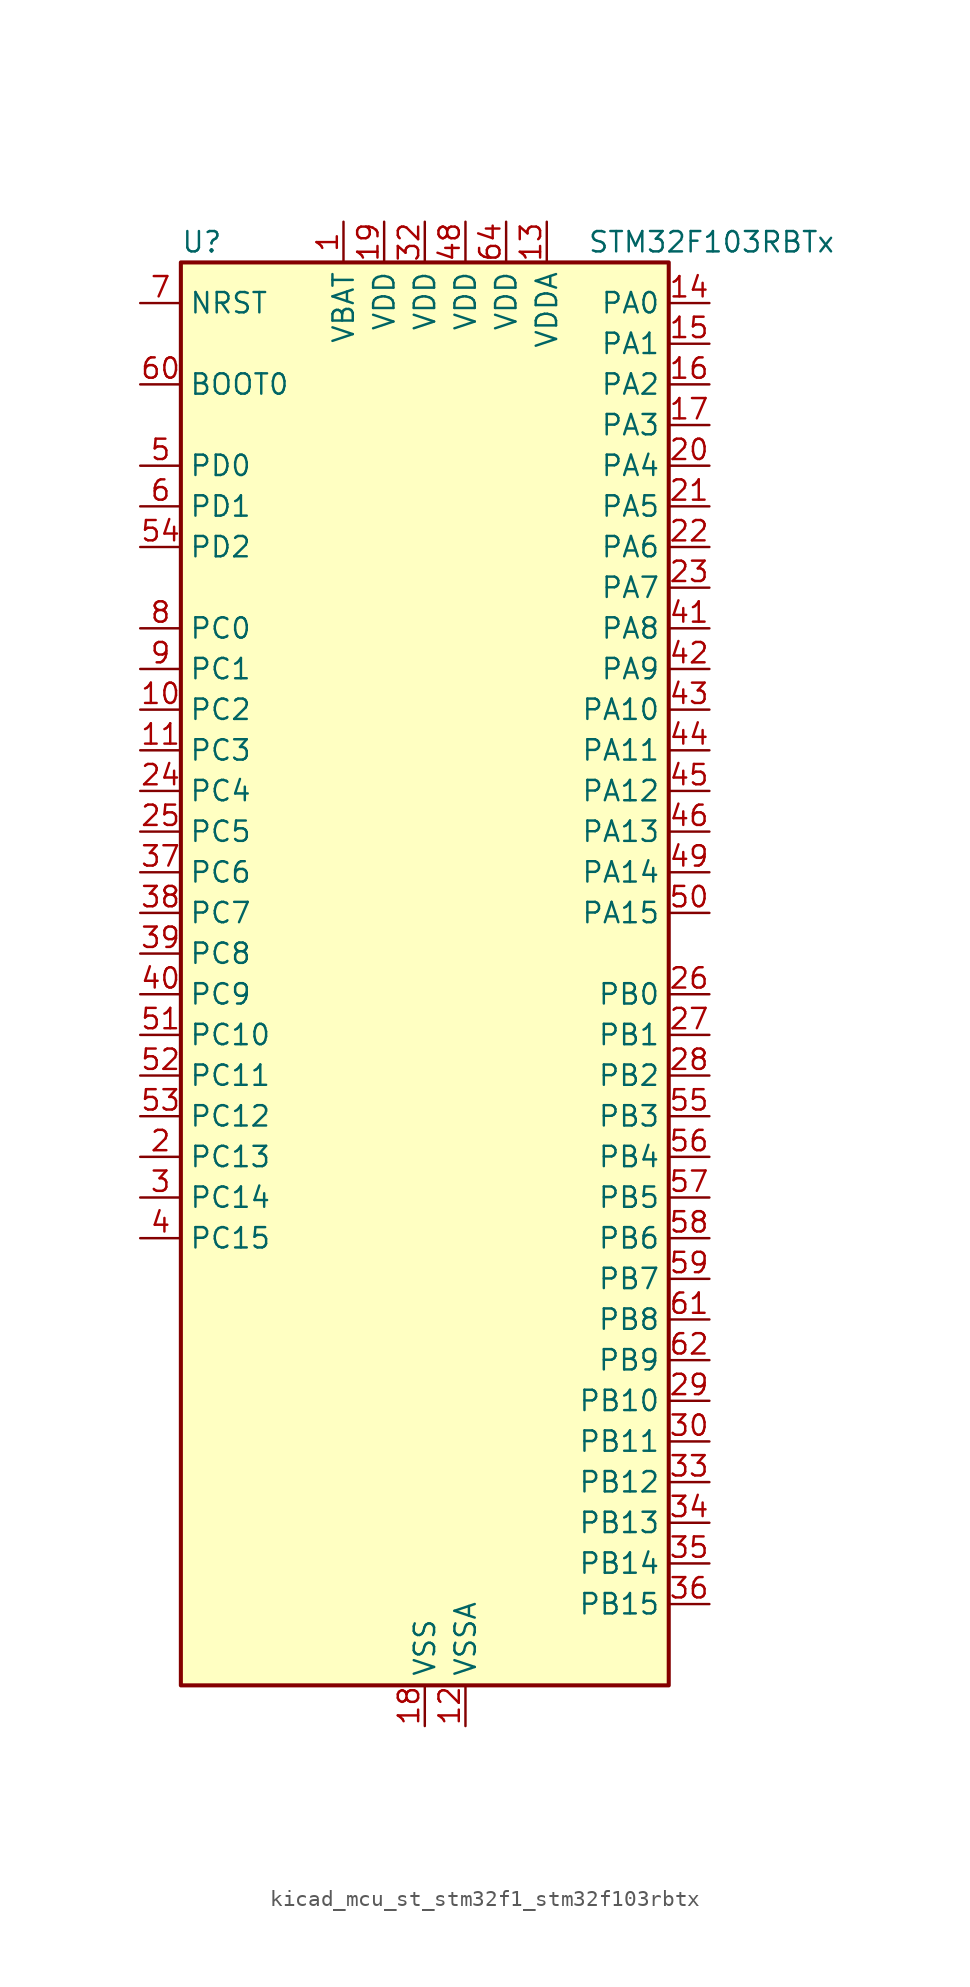
<source format=kicad_sym>
(kicad_symbol_lib
  (version 20220914)
  (generator kicad_symbol_editor)
  (symbol "kicad_mcu_st_stm32f1_stm32f103rbtx"
    (property "Reference" "U"
      (at -15.24 46.99 0)
      (effects (font (size 1.27 1.27)) (justify left)))
    (property "Value" "STM32F103RBTx"
      (at 10.16 46.99 0)
      (effects (font (size 1.27 1.27)) (justify left)))
    (property "ki_locked" ""
      (at 0 0 0)
      (effects (font (size 1.27 1.27))))
    (symbol "kicad_mcu_st_stm32f1_stm32f103rbtx_0_1"
      (rectangle (start -15.24 -43.18) (end 15.24 45.72) (stroke (width 0.254) (type default)) (fill (type background))))
    (symbol "kicad_mcu_st_stm32f1_stm32f103rbtx_1_1"
      (pin power_in line (at -5.08 48.26 270) (length 2.54) (name "VBAT" (effects (font (size 1.27 1.27)))) (number "1" (effects (font (size 1.27 1.27)))))
      (pin bidirectional line (at -17.78 17.78 0) (length 2.54) (name "PC2" (effects (font (size 1.27 1.27)))) (number "10" (effects (font (size 1.27 1.27)))) (alternate "ADC1_IN12" bidirectional line) (alternate "ADC2_IN12" bidirectional line))
      (pin bidirectional line (at -17.78 15.24 0) (length 2.54) (name "PC3" (effects (font (size 1.27 1.27)))) (number "11" (effects (font (size 1.27 1.27)))) (alternate "ADC1_IN13" bidirectional line) (alternate "ADC2_IN13" bidirectional line))
      (pin power_in line (at 2.54 -45.72 90) (length 2.54) (name "VSSA" (effects (font (size 1.27 1.27)))) (number "12" (effects (font (size 1.27 1.27)))))
      (pin power_in line (at 7.62 48.26 270) (length 2.54) (name "VDDA" (effects (font (size 1.27 1.27)))) (number "13" (effects (font (size 1.27 1.27)))))
      (pin bidirectional line (at 17.78 43.18 180) (length 2.54) (name "PA0" (effects (font (size 1.27 1.27)))) (number "14" (effects (font (size 1.27 1.27)))) (alternate "ADC1_IN0" bidirectional line) (alternate "ADC2_IN0" bidirectional line) (alternate "SYS_WKUP" bidirectional line) (alternate "TIM2_CH1" bidirectional line) (alternate "TIM2_ETR" bidirectional line) (alternate "USART2_CTS" bidirectional line))
      (pin bidirectional line (at 17.78 40.64 180) (length 2.54) (name "PA1" (effects (font (size 1.27 1.27)))) (number "15" (effects (font (size 1.27 1.27)))) (alternate "ADC1_IN1" bidirectional line) (alternate "ADC2_IN1" bidirectional line) (alternate "TIM2_CH2" bidirectional line) (alternate "USART2_RTS" bidirectional line))
      (pin bidirectional line (at 17.78 38.1 180) (length 2.54) (name "PA2" (effects (font (size 1.27 1.27)))) (number "16" (effects (font (size 1.27 1.27)))) (alternate "ADC1_IN2" bidirectional line) (alternate "ADC2_IN2" bidirectional line) (alternate "TIM2_CH3" bidirectional line) (alternate "USART2_TX" bidirectional line))
      (pin bidirectional line (at 17.78 35.56 180) (length 2.54) (name "PA3" (effects (font (size 1.27 1.27)))) (number "17" (effects (font (size 1.27 1.27)))) (alternate "ADC1_IN3" bidirectional line) (alternate "ADC2_IN3" bidirectional line) (alternate "TIM2_CH4" bidirectional line) (alternate "USART2_RX" bidirectional line))
      (pin power_in line (at 0 -45.72 90) (length 2.54) (name "VSS" (effects (font (size 1.27 1.27)))) (number "18" (effects (font (size 1.27 1.27)))))
      (pin power_in line (at -2.54 48.26 270) (length 2.54) (name "VDD" (effects (font (size 1.27 1.27)))) (number "19" (effects (font (size 1.27 1.27)))))
      (pin bidirectional line (at -17.78 -10.16 0) (length 2.54) (name "PC13" (effects (font (size 1.27 1.27)))) (number "2" (effects (font (size 1.27 1.27)))) (alternate "RTC_OUT" bidirectional line) (alternate "RTC_TAMPER" bidirectional line))
      (pin bidirectional line (at 17.78 33.02 180) (length 2.54) (name "PA4" (effects (font (size 1.27 1.27)))) (number "20" (effects (font (size 1.27 1.27)))) (alternate "ADC1_IN4" bidirectional line) (alternate "ADC2_IN4" bidirectional line) (alternate "SPI1_NSS" bidirectional line) (alternate "USART2_CK" bidirectional line))
      (pin bidirectional line (at 17.78 30.48 180) (length 2.54) (name "PA5" (effects (font (size 1.27 1.27)))) (number "21" (effects (font (size 1.27 1.27)))) (alternate "ADC1_IN5" bidirectional line) (alternate "ADC2_IN5" bidirectional line) (alternate "SPI1_SCK" bidirectional line))
      (pin bidirectional line (at 17.78 27.94 180) (length 2.54) (name "PA6" (effects (font (size 1.27 1.27)))) (number "22" (effects (font (size 1.27 1.27)))) (alternate "ADC1_IN6" bidirectional line) (alternate "ADC2_IN6" bidirectional line) (alternate "SPI1_MISO" bidirectional line) (alternate "TIM1_BKIN" bidirectional line) (alternate "TIM3_CH1" bidirectional line))
      (pin bidirectional line (at 17.78 25.4 180) (length 2.54) (name "PA7" (effects (font (size 1.27 1.27)))) (number "23" (effects (font (size 1.27 1.27)))) (alternate "ADC1_IN7" bidirectional line) (alternate "ADC2_IN7" bidirectional line) (alternate "SPI1_MOSI" bidirectional line) (alternate "TIM1_CH1N" bidirectional line) (alternate "TIM3_CH2" bidirectional line))
      (pin bidirectional line (at -17.78 12.7 0) (length 2.54) (name "PC4" (effects (font (size 1.27 1.27)))) (number "24" (effects (font (size 1.27 1.27)))) (alternate "ADC1_IN14" bidirectional line) (alternate "ADC2_IN14" bidirectional line))
      (pin bidirectional line (at -17.78 10.16 0) (length 2.54) (name "PC5" (effects (font (size 1.27 1.27)))) (number "25" (effects (font (size 1.27 1.27)))) (alternate "ADC1_IN15" bidirectional line) (alternate "ADC2_IN15" bidirectional line))
      (pin bidirectional line (at 17.78 0 180) (length 2.54) (name "PB0" (effects (font (size 1.27 1.27)))) (number "26" (effects (font (size 1.27 1.27)))) (alternate "ADC1_IN8" bidirectional line) (alternate "ADC2_IN8" bidirectional line) (alternate "TIM1_CH2N" bidirectional line) (alternate "TIM3_CH3" bidirectional line))
      (pin bidirectional line (at 17.78 -2.54 180) (length 2.54) (name "PB1" (effects (font (size 1.27 1.27)))) (number "27" (effects (font (size 1.27 1.27)))) (alternate "ADC1_IN9" bidirectional line) (alternate "ADC2_IN9" bidirectional line) (alternate "TIM1_CH3N" bidirectional line) (alternate "TIM3_CH4" bidirectional line))
      (pin bidirectional line (at 17.78 -5.08 180) (length 2.54) (name "PB2" (effects (font (size 1.27 1.27)))) (number "28" (effects (font (size 1.27 1.27)))))
      (pin bidirectional line (at 17.78 -25.4 180) (length 2.54) (name "PB10" (effects (font (size 1.27 1.27)))) (number "29" (effects (font (size 1.27 1.27)))) (alternate "I2C2_SCL" bidirectional line) (alternate "TIM2_CH3" bidirectional line) (alternate "USART3_TX" bidirectional line))
      (pin bidirectional line (at -17.78 -12.7 0) (length 2.54) (name "PC14" (effects (font (size 1.27 1.27)))) (number "3" (effects (font (size 1.27 1.27)))) (alternate "RCC_OSC32_IN" bidirectional line))
      (pin bidirectional line (at 17.78 -27.94 180) (length 2.54) (name "PB11" (effects (font (size 1.27 1.27)))) (number "30" (effects (font (size 1.27 1.27)))) (alternate "ADC1_EXTI11" bidirectional line) (alternate "ADC2_EXTI11" bidirectional line) (alternate "I2C2_SDA" bidirectional line) (alternate "TIM2_CH4" bidirectional line) (alternate "USART3_RX" bidirectional line))
      (pin passive line (at 0 -45.72 90) (length 2.54) hide (name "VSS" (effects (font (size 1.27 1.27)))) (number "31" (effects (font (size 1.27 1.27)))))
      (pin power_in line (at 0 48.26 270) (length 2.54) (name "VDD" (effects (font (size 1.27 1.27)))) (number "32" (effects (font (size 1.27 1.27)))))
      (pin bidirectional line (at 17.78 -30.48 180) (length 2.54) (name "PB12" (effects (font (size 1.27 1.27)))) (number "33" (effects (font (size 1.27 1.27)))) (alternate "I2C2_SMBA" bidirectional line) (alternate "SPI2_NSS" bidirectional line) (alternate "TIM1_BKIN" bidirectional line) (alternate "USART3_CK" bidirectional line))
      (pin bidirectional line (at 17.78 -33.02 180) (length 2.54) (name "PB13" (effects (font (size 1.27 1.27)))) (number "34" (effects (font (size 1.27 1.27)))) (alternate "SPI2_SCK" bidirectional line) (alternate "TIM1_CH1N" bidirectional line) (alternate "USART3_CTS" bidirectional line))
      (pin bidirectional line (at 17.78 -35.56 180) (length 2.54) (name "PB14" (effects (font (size 1.27 1.27)))) (number "35" (effects (font (size 1.27 1.27)))) (alternate "SPI2_MISO" bidirectional line) (alternate "TIM1_CH2N" bidirectional line) (alternate "USART3_RTS" bidirectional line))
      (pin bidirectional line (at 17.78 -38.1 180) (length 2.54) (name "PB15" (effects (font (size 1.27 1.27)))) (number "36" (effects (font (size 1.27 1.27)))) (alternate "ADC1_EXTI15" bidirectional line) (alternate "ADC2_EXTI15" bidirectional line) (alternate "SPI2_MOSI" bidirectional line) (alternate "TIM1_CH3N" bidirectional line))
      (pin bidirectional line (at -17.78 7.62 0) (length 2.54) (name "PC6" (effects (font (size 1.27 1.27)))) (number "37" (effects (font (size 1.27 1.27)))) (alternate "TIM3_CH1" bidirectional line))
      (pin bidirectional line (at -17.78 5.08 0) (length 2.54) (name "PC7" (effects (font (size 1.27 1.27)))) (number "38" (effects (font (size 1.27 1.27)))) (alternate "TIM3_CH2" bidirectional line))
      (pin bidirectional line (at -17.78 2.54 0) (length 2.54) (name "PC8" (effects (font (size 1.27 1.27)))) (number "39" (effects (font (size 1.27 1.27)))) (alternate "TIM3_CH3" bidirectional line))
      (pin bidirectional line (at -17.78 -15.24 0) (length 2.54) (name "PC15" (effects (font (size 1.27 1.27)))) (number "4" (effects (font (size 1.27 1.27)))) (alternate "ADC1_EXTI15" bidirectional line) (alternate "ADC2_EXTI15" bidirectional line) (alternate "RCC_OSC32_OUT" bidirectional line))
      (pin bidirectional line (at -17.78 0 0) (length 2.54) (name "PC9" (effects (font (size 1.27 1.27)))) (number "40" (effects (font (size 1.27 1.27)))) (alternate "TIM3_CH4" bidirectional line))
      (pin bidirectional line (at 17.78 22.86 180) (length 2.54) (name "PA8" (effects (font (size 1.27 1.27)))) (number "41" (effects (font (size 1.27 1.27)))) (alternate "RCC_MCO" bidirectional line) (alternate "TIM1_CH1" bidirectional line) (alternate "USART1_CK" bidirectional line))
      (pin bidirectional line (at 17.78 20.32 180) (length 2.54) (name "PA9" (effects (font (size 1.27 1.27)))) (number "42" (effects (font (size 1.27 1.27)))) (alternate "TIM1_CH2" bidirectional line) (alternate "USART1_TX" bidirectional line))
      (pin bidirectional line (at 17.78 17.78 180) (length 2.54) (name "PA10" (effects (font (size 1.27 1.27)))) (number "43" (effects (font (size 1.27 1.27)))) (alternate "TIM1_CH3" bidirectional line) (alternate "USART1_RX" bidirectional line))
      (pin bidirectional line (at 17.78 15.24 180) (length 2.54) (name "PA11" (effects (font (size 1.27 1.27)))) (number "44" (effects (font (size 1.27 1.27)))) (alternate "ADC1_EXTI11" bidirectional line) (alternate "ADC2_EXTI11" bidirectional line) (alternate "CAN_RX" bidirectional line) (alternate "TIM1_CH4" bidirectional line) (alternate "USART1_CTS" bidirectional line) (alternate "USB_DM" bidirectional line))
      (pin bidirectional line (at 17.78 12.7 180) (length 2.54) (name "PA12" (effects (font (size 1.27 1.27)))) (number "45" (effects (font (size 1.27 1.27)))) (alternate "CAN_TX" bidirectional line) (alternate "TIM1_ETR" bidirectional line) (alternate "USART1_RTS" bidirectional line) (alternate "USB_DP" bidirectional line))
      (pin bidirectional line (at 17.78 10.16 180) (length 2.54) (name "PA13" (effects (font (size 1.27 1.27)))) (number "46" (effects (font (size 1.27 1.27)))) (alternate "SYS_JTMS-SWDIO" bidirectional line))
      (pin passive line (at 0 -45.72 90) (length 2.54) hide (name "VSS" (effects (font (size 1.27 1.27)))) (number "47" (effects (font (size 1.27 1.27)))))
      (pin power_in line (at 2.54 48.26 270) (length 2.54) (name "VDD" (effects (font (size 1.27 1.27)))) (number "48" (effects (font (size 1.27 1.27)))))
      (pin bidirectional line (at 17.78 7.62 180) (length 2.54) (name "PA14" (effects (font (size 1.27 1.27)))) (number "49" (effects (font (size 1.27 1.27)))) (alternate "SYS_JTCK-SWCLK" bidirectional line))
      (pin bidirectional line (at -17.78 33.02 0) (length 2.54) (name "PD0" (effects (font (size 1.27 1.27)))) (number "5" (effects (font (size 1.27 1.27)))) (alternate "RCC_OSC_IN" bidirectional line))
      (pin bidirectional line (at 17.78 5.08 180) (length 2.54) (name "PA15" (effects (font (size 1.27 1.27)))) (number "50" (effects (font (size 1.27 1.27)))) (alternate "ADC1_EXTI15" bidirectional line) (alternate "ADC2_EXTI15" bidirectional line) (alternate "SPI1_NSS" bidirectional line) (alternate "SYS_JTDI" bidirectional line) (alternate "TIM2_CH1" bidirectional line) (alternate "TIM2_ETR" bidirectional line))
      (pin bidirectional line (at -17.78 -2.54 0) (length 2.54) (name "PC10" (effects (font (size 1.27 1.27)))) (number "51" (effects (font (size 1.27 1.27)))) (alternate "USART3_TX" bidirectional line))
      (pin bidirectional line (at -17.78 -5.08 0) (length 2.54) (name "PC11" (effects (font (size 1.27 1.27)))) (number "52" (effects (font (size 1.27 1.27)))) (alternate "ADC1_EXTI11" bidirectional line) (alternate "ADC2_EXTI11" bidirectional line) (alternate "USART3_RX" bidirectional line))
      (pin bidirectional line (at -17.78 -7.62 0) (length 2.54) (name "PC12" (effects (font (size 1.27 1.27)))) (number "53" (effects (font (size 1.27 1.27)))) (alternate "USART3_CK" bidirectional line))
      (pin bidirectional line (at -17.78 27.94 0) (length 2.54) (name "PD2" (effects (font (size 1.27 1.27)))) (number "54" (effects (font (size 1.27 1.27)))) (alternate "TIM3_ETR" bidirectional line))
      (pin bidirectional line (at 17.78 -7.62 180) (length 2.54) (name "PB3" (effects (font (size 1.27 1.27)))) (number "55" (effects (font (size 1.27 1.27)))) (alternate "SPI1_SCK" bidirectional line) (alternate "SYS_JTDO-TRACESWO" bidirectional line) (alternate "TIM2_CH2" bidirectional line))
      (pin bidirectional line (at 17.78 -10.16 180) (length 2.54) (name "PB4" (effects (font (size 1.27 1.27)))) (number "56" (effects (font (size 1.27 1.27)))) (alternate "SPI1_MISO" bidirectional line) (alternate "SYS_NJTRST" bidirectional line) (alternate "TIM3_CH1" bidirectional line))
      (pin bidirectional line (at 17.78 -12.7 180) (length 2.54) (name "PB5" (effects (font (size 1.27 1.27)))) (number "57" (effects (font (size 1.27 1.27)))) (alternate "I2C1_SMBA" bidirectional line) (alternate "SPI1_MOSI" bidirectional line) (alternate "TIM3_CH2" bidirectional line))
      (pin bidirectional line (at 17.78 -15.24 180) (length 2.54) (name "PB6" (effects (font (size 1.27 1.27)))) (number "58" (effects (font (size 1.27 1.27)))) (alternate "I2C1_SCL" bidirectional line) (alternate "TIM4_CH1" bidirectional line) (alternate "USART1_TX" bidirectional line))
      (pin bidirectional line (at 17.78 -17.78 180) (length 2.54) (name "PB7" (effects (font (size 1.27 1.27)))) (number "59" (effects (font (size 1.27 1.27)))) (alternate "I2C1_SDA" bidirectional line) (alternate "TIM4_CH2" bidirectional line) (alternate "USART1_RX" bidirectional line))
      (pin bidirectional line (at -17.78 30.48 0) (length 2.54) (name "PD1" (effects (font (size 1.27 1.27)))) (number "6" (effects (font (size 1.27 1.27)))) (alternate "RCC_OSC_OUT" bidirectional line))
      (pin input line (at -17.78 38.1 0) (length 2.54) (name "BOOT0" (effects (font (size 1.27 1.27)))) (number "60" (effects (font (size 1.27 1.27)))))
      (pin bidirectional line (at 17.78 -20.32 180) (length 2.54) (name "PB8" (effects (font (size 1.27 1.27)))) (number "61" (effects (font (size 1.27 1.27)))) (alternate "CAN_RX" bidirectional line) (alternate "I2C1_SCL" bidirectional line) (alternate "TIM4_CH3" bidirectional line))
      (pin bidirectional line (at 17.78 -22.86 180) (length 2.54) (name "PB9" (effects (font (size 1.27 1.27)))) (number "62" (effects (font (size 1.27 1.27)))) (alternate "CAN_TX" bidirectional line) (alternate "I2C1_SDA" bidirectional line) (alternate "TIM4_CH4" bidirectional line))
      (pin passive line (at 0 -45.72 90) (length 2.54) hide (name "VSS" (effects (font (size 1.27 1.27)))) (number "63" (effects (font (size 1.27 1.27)))))
      (pin power_in line (at 5.08 48.26 270) (length 2.54) (name "VDD" (effects (font (size 1.27 1.27)))) (number "64" (effects (font (size 1.27 1.27)))))
      (pin input line (at -17.78 43.18 0) (length 2.54) (name "NRST" (effects (font (size 1.27 1.27)))) (number "7" (effects (font (size 1.27 1.27)))))
      (pin bidirectional line (at -17.78 22.86 0) (length 2.54) (name "PC0" (effects (font (size 1.27 1.27)))) (number "8" (effects (font (size 1.27 1.27)))) (alternate "ADC1_IN10" bidirectional line) (alternate "ADC2_IN10" bidirectional line))
      (pin bidirectional line (at -17.78 20.32 0) (length 2.54) (name "PC1" (effects (font (size 1.27 1.27)))) (number "9" (effects (font (size 1.27 1.27)))) (alternate "ADC1_IN11" bidirectional line) (alternate "ADC2_IN11" bidirectional line)))))
</source>
